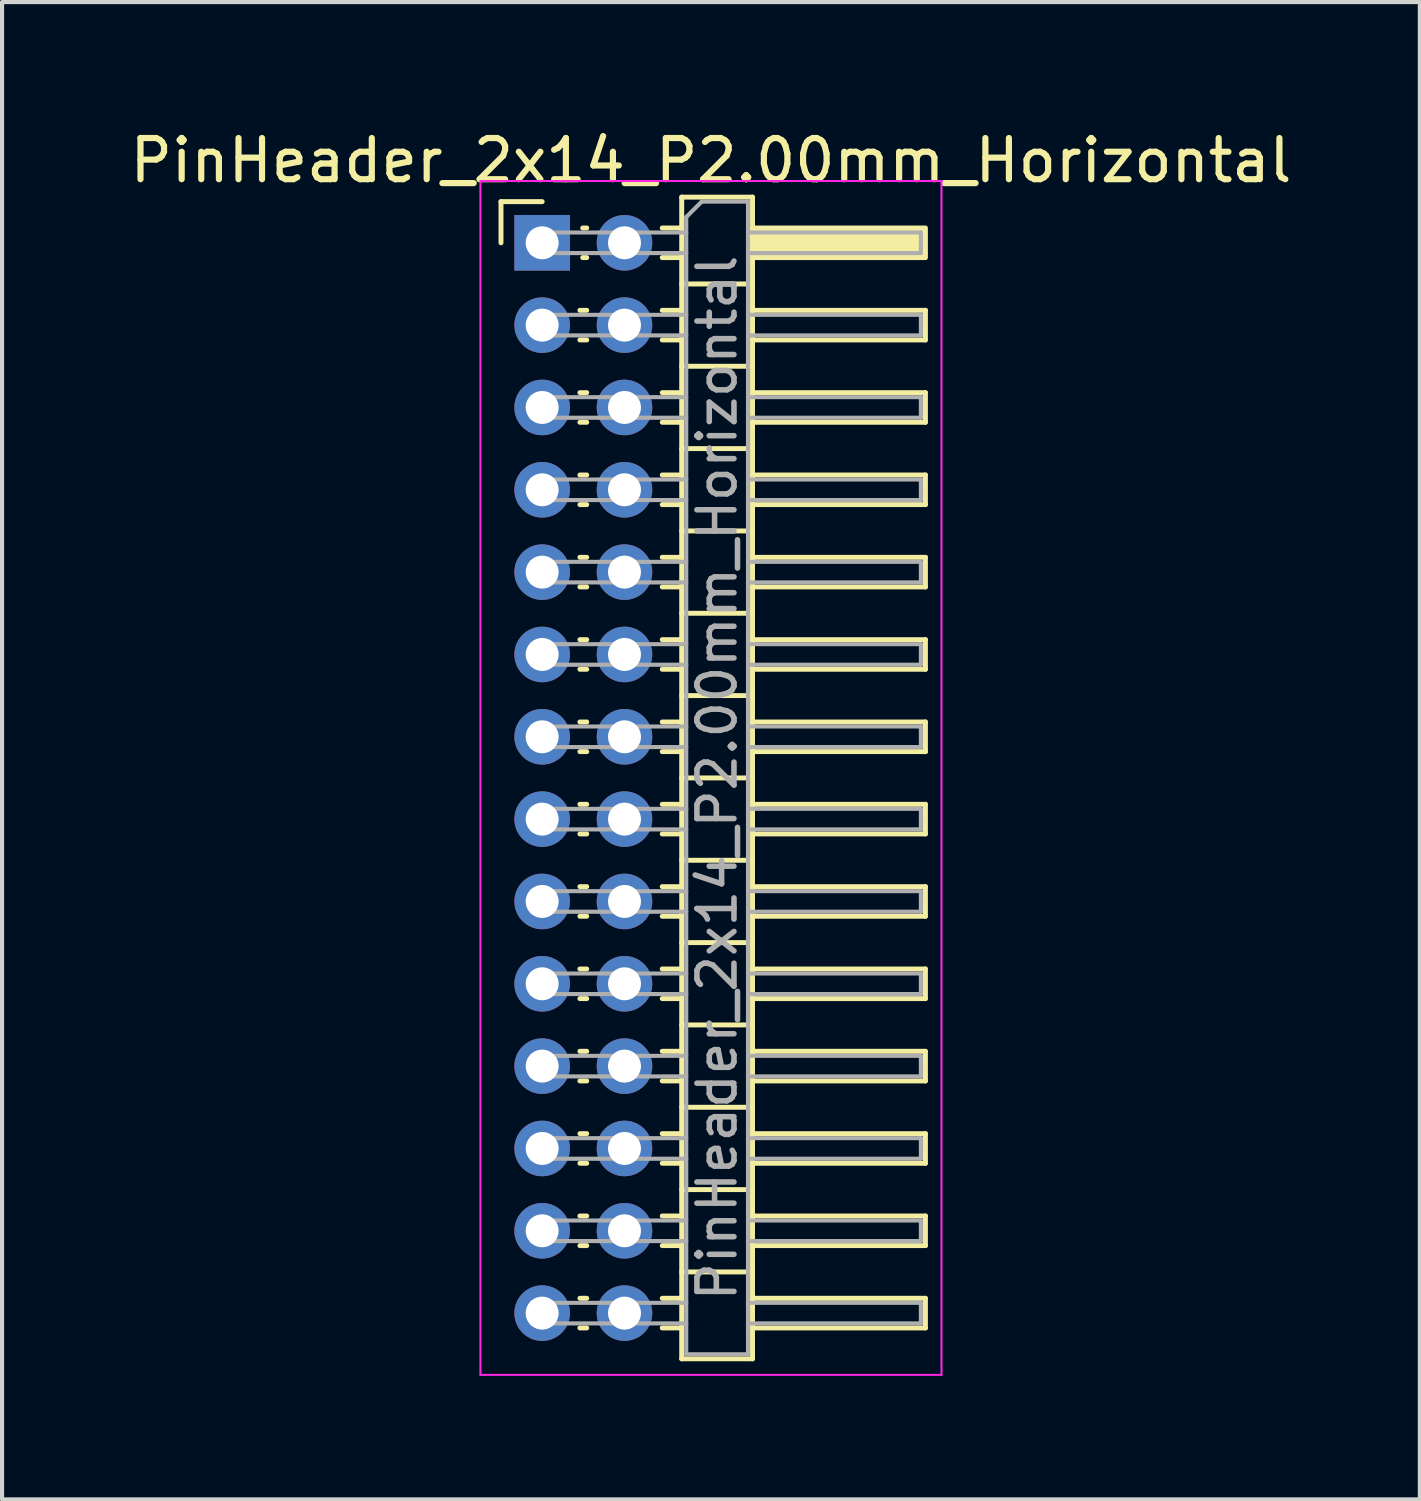
<source format=kicad_pcb>
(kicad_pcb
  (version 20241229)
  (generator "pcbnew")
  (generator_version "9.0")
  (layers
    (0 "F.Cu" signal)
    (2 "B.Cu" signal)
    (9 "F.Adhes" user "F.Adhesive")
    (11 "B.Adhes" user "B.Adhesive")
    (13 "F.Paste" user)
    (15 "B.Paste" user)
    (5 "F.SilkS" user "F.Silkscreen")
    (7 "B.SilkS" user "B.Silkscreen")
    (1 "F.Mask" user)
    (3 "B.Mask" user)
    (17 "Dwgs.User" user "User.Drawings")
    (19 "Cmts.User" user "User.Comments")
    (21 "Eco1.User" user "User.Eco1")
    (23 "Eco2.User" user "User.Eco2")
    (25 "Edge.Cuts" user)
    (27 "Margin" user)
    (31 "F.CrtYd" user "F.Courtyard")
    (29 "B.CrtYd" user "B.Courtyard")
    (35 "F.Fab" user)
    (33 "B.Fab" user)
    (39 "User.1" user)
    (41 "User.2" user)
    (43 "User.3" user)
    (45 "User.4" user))
  (footprint "PinHeader_2x14_P2.00mm_Horizontal"
    (layer "F.Cu")
    (at 10.12 2.848)
    (property "Reference" "PinHeader_2x14_P2.00mm_Horizontal" (at 4.1 -2 0) (layer "F.SilkS") (effects (font (size 1 1) (thickness 0.15))))
    (attr through_hole)
    (fp_line (start -1 -1) (end 0 -1) (stroke (width 0.12) (type solid)) (layer "F.SilkS"))
    (fp_line (start -1 0) (end -1 -1) (stroke (width 0.12) (type solid)) (layer "F.SilkS"))
    (fp_line (start 0.917 1.64) (end 1.083 1.64) (stroke (width 0.12) (type solid)) (layer "F.SilkS"))
    (fp_line (start 0.917 2.36) (end 1.083 2.36) (stroke (width 0.12) (type solid)) (layer "F.SilkS"))
    (fp_line (start 0.917 3.64) (end 1.083 3.64) (stroke (width 0.12) (type solid)) (layer "F.SilkS"))
    (fp_line (start 0.917 4.36) (end 1.083 4.36) (stroke (width 0.12) (type solid)) (layer "F.SilkS"))
    (fp_line (start 0.917 5.64) (end 1.083 5.64) (stroke (width 0.12) (type solid)) (layer "F.SilkS"))
    (fp_line (start 0.917 6.36) (end 1.083 6.36) (stroke (width 0.12) (type solid)) (layer "F.SilkS"))
    (fp_line (start 0.917 7.64) (end 1.083 7.64) (stroke (width 0.12) (type solid)) (layer "F.SilkS"))
    (fp_line (start 0.917 8.36) (end 1.083 8.36) (stroke (width 0.12) (type solid)) (layer "F.SilkS"))
    (fp_line (start 0.917 9.64) (end 1.083 9.64) (stroke (width 0.12) (type solid)) (layer "F.SilkS"))
    (fp_line (start 0.917 10.36) (end 1.083 10.36) (stroke (width 0.12) (type solid)) (layer "F.SilkS"))
    (fp_line (start 0.917 11.64) (end 1.083 11.64) (stroke (width 0.12) (type solid)) (layer "F.SilkS"))
    (fp_line (start 0.917 12.36) (end 1.083 12.36) (stroke (width 0.12) (type solid)) (layer "F.SilkS"))
    (fp_line (start 0.917 13.64) (end 1.083 13.64) (stroke (width 0.12) (type solid)) (layer "F.SilkS"))
    (fp_line (start 0.917 14.36) (end 1.083 14.36) (stroke (width 0.12) (type solid)) (layer "F.SilkS"))
    (fp_line (start 0.917 15.64) (end 1.083 15.64) (stroke (width 0.12) (type solid)) (layer "F.SilkS"))
    (fp_line (start 0.917 16.36) (end 1.083 16.36) (stroke (width 0.12) (type solid)) (layer "F.SilkS"))
    (fp_line (start 0.917 17.64) (end 1.083 17.64) (stroke (width 0.12) (type solid)) (layer "F.SilkS"))
    (fp_line (start 0.917 18.36) (end 1.083 18.36) (stroke (width 0.12) (type solid)) (layer "F.SilkS"))
    (fp_line (start 0.917 19.64) (end 1.083 19.64) (stroke (width 0.12) (type solid)) (layer "F.SilkS"))
    (fp_line (start 0.917 20.36) (end 1.083 20.36) (stroke (width 0.12) (type solid)) (layer "F.SilkS"))
    (fp_line (start 0.917 21.64) (end 1.083 21.64) (stroke (width 0.12) (type solid)) (layer "F.SilkS"))
    (fp_line (start 0.917 22.36) (end 1.083 22.36) (stroke (width 0.12) (type solid)) (layer "F.SilkS"))
    (fp_line (start 0.917 23.64) (end 1.083 23.64) (stroke (width 0.12) (type solid)) (layer "F.SilkS"))
    (fp_line (start 0.917 24.36) (end 1.083 24.36) (stroke (width 0.12) (type solid)) (layer "F.SilkS"))
    (fp_line (start 0.917 25.64) (end 1.083 25.64) (stroke (width 0.12) (type solid)) (layer "F.SilkS"))
    (fp_line (start 0.917 26.36) (end 1.083 26.36) (stroke (width 0.12) (type solid)) (layer "F.SilkS"))
    (fp_line (start 0.985 -0.36) (end 1.083 -0.36) (stroke (width 0.12) (type solid)) (layer "F.SilkS"))
    (fp_line (start 0.985 0.36) (end 1.083 0.36) (stroke (width 0.12) (type solid)) (layer "F.SilkS"))
    (fp_line (start 2.917 -0.36) (end 3.39 -0.36) (stroke (width 0.12) (type solid)) (layer "F.SilkS"))
    (fp_line (start 2.917 0.36) (end 3.39 0.36) (stroke (width 0.12) (type solid)) (layer "F.SilkS"))
    (fp_line (start 2.917 1.64) (end 3.39 1.64) (stroke (width 0.12) (type solid)) (layer "F.SilkS"))
    (fp_line (start 2.917 2.36) (end 3.39 2.36) (stroke (width 0.12) (type solid)) (layer "F.SilkS"))
    (fp_line (start 2.917 3.64) (end 3.39 3.64) (stroke (width 0.12) (type solid)) (layer "F.SilkS"))
    (fp_line (start 2.917 4.36) (end 3.39 4.36) (stroke (width 0.12) (type solid)) (layer "F.SilkS"))
    (fp_line (start 2.917 5.64) (end 3.39 5.64) (stroke (width 0.12) (type solid)) (layer "F.SilkS"))
    (fp_line (start 2.917 6.36) (end 3.39 6.36) (stroke (width 0.12) (type solid)) (layer "F.SilkS"))
    (fp_line (start 2.917 7.64) (end 3.39 7.64) (stroke (width 0.12) (type solid)) (layer "F.SilkS"))
    (fp_line (start 2.917 8.36) (end 3.39 8.36) (stroke (width 0.12) (type solid)) (layer "F.SilkS"))
    (fp_line (start 2.917 9.64) (end 3.39 9.64) (stroke (width 0.12) (type solid)) (layer "F.SilkS"))
    (fp_line (start 2.917 10.36) (end 3.39 10.36) (stroke (width 0.12) (type solid)) (layer "F.SilkS"))
    (fp_line (start 2.917 11.64) (end 3.39 11.64) (stroke (width 0.12) (type solid)) (layer "F.SilkS"))
    (fp_line (start 2.917 12.36) (end 3.39 12.36) (stroke (width 0.12) (type solid)) (layer "F.SilkS"))
    (fp_line (start 2.917 13.64) (end 3.39 13.64) (stroke (width 0.12) (type solid)) (layer "F.SilkS"))
    (fp_line (start 2.917 14.36) (end 3.39 14.36) (stroke (width 0.12) (type solid)) (layer "F.SilkS"))
    (fp_line (start 2.917 15.64) (end 3.39 15.64) (stroke (width 0.12) (type solid)) (layer "F.SilkS"))
    (fp_line (start 2.917 16.36) (end 3.39 16.36) (stroke (width 0.12) (type solid)) (layer "F.SilkS"))
    (fp_line (start 2.917 17.64) (end 3.39 17.64) (stroke (width 0.12) (type solid)) (layer "F.SilkS"))
    (fp_line (start 2.917 18.36) (end 3.39 18.36) (stroke (width 0.12) (type solid)) (layer "F.SilkS"))
    (fp_line (start 2.917 19.64) (end 3.39 19.64) (stroke (width 0.12) (type solid)) (layer "F.SilkS"))
    (fp_line (start 2.917 20.36) (end 3.39 20.36) (stroke (width 0.12) (type solid)) (layer "F.SilkS"))
    (fp_line (start 2.917 21.64) (end 3.39 21.64) (stroke (width 0.12) (type solid)) (layer "F.SilkS"))
    (fp_line (start 2.917 22.36) (end 3.39 22.36) (stroke (width 0.12) (type solid)) (layer "F.SilkS"))
    (fp_line (start 2.917 23.64) (end 3.39 23.64) (stroke (width 0.12) (type solid)) (layer "F.SilkS"))
    (fp_line (start 2.917 24.36) (end 3.39 24.36) (stroke (width 0.12) (type solid)) (layer "F.SilkS"))
    (fp_line (start 2.917 25.64) (end 3.39 25.64) (stroke (width 0.12) (type solid)) (layer "F.SilkS"))
    (fp_line (start 2.917 26.36) (end 3.39 26.36) (stroke (width 0.12) (type solid)) (layer "F.SilkS"))
    (fp_line (start 3.39 -1.11) (end 3.39 27.11) (stroke (width 0.12) (type solid)) (layer "F.SilkS"))
    (fp_line (start 3.39 1) (end 5.11 1) (stroke (width 0.12) (type solid)) (layer "F.SilkS"))
    (fp_line (start 3.39 3) (end 5.11 3) (stroke (width 0.12) (type solid)) (layer "F.SilkS"))
    (fp_line (start 3.39 5) (end 5.11 5) (stroke (width 0.12) (type solid)) (layer "F.SilkS"))
    (fp_line (start 3.39 7) (end 5.11 7) (stroke (width 0.12) (type solid)) (layer "F.SilkS"))
    (fp_line (start 3.39 9) (end 5.11 9) (stroke (width 0.12) (type solid)) (layer "F.SilkS"))
    (fp_line (start 3.39 11) (end 5.11 11) (stroke (width 0.12) (type solid)) (layer "F.SilkS"))
    (fp_line (start 3.39 13) (end 5.11 13) (stroke (width 0.12) (type solid)) (layer "F.SilkS"))
    (fp_line (start 3.39 15) (end 5.11 15) (stroke (width 0.12) (type solid)) (layer "F.SilkS"))
    (fp_line (start 3.39 17) (end 5.11 17) (stroke (width 0.12) (type solid)) (layer "F.SilkS"))
    (fp_line (start 3.39 19) (end 5.11 19) (stroke (width 0.12) (type solid)) (layer "F.SilkS"))
    (fp_line (start 3.39 21) (end 5.11 21) (stroke (width 0.12) (type solid)) (layer "F.SilkS"))
    (fp_line (start 3.39 23) (end 5.11 23) (stroke (width 0.12) (type solid)) (layer "F.SilkS"))
    (fp_line (start 3.39 25) (end 5.11 25) (stroke (width 0.12) (type solid)) (layer "F.SilkS"))
    (fp_line (start 3.39 27.11) (end 5.11 27.11) (stroke (width 0.12) (type solid)) (layer "F.SilkS"))
    (fp_line (start 5.11 -1.11) (end 3.39 -1.11) (stroke (width 0.12) (type solid)) (layer "F.SilkS"))
    (fp_line (start 5.11 1.64) (end 9.31 1.64) (stroke (width 0.12) (type solid)) (layer "F.SilkS"))
    (fp_line (start 5.11 3.64) (end 9.31 3.64) (stroke (width 0.12) (type solid)) (layer "F.SilkS"))
    (fp_line (start 5.11 5.64) (end 9.31 5.64) (stroke (width 0.12) (type solid)) (layer "F.SilkS"))
    (fp_line (start 5.11 7.64) (end 9.31 7.64) (stroke (width 0.12) (type solid)) (layer "F.SilkS"))
    (fp_line (start 5.11 9.64) (end 9.31 9.64) (stroke (width 0.12) (type solid)) (layer "F.SilkS"))
    (fp_line (start 5.11 11.64) (end 9.31 11.64) (stroke (width 0.12) (type solid)) (layer "F.SilkS"))
    (fp_line (start 5.11 13.64) (end 9.31 13.64) (stroke (width 0.12) (type solid)) (layer "F.SilkS"))
    (fp_line (start 5.11 15.64) (end 9.31 15.64) (stroke (width 0.12) (type solid)) (layer "F.SilkS"))
    (fp_line (start 5.11 17.64) (end 9.31 17.64) (stroke (width 0.12) (type solid)) (layer "F.SilkS"))
    (fp_line (start 5.11 19.64) (end 9.31 19.64) (stroke (width 0.12) (type solid)) (layer "F.SilkS"))
    (fp_line (start 5.11 21.64) (end 9.31 21.64) (stroke (width 0.12) (type solid)) (layer "F.SilkS"))
    (fp_line (start 5.11 23.64) (end 9.31 23.64) (stroke (width 0.12) (type solid)) (layer "F.SilkS"))
    (fp_line (start 5.11 25.64) (end 9.31 25.64) (stroke (width 0.12) (type solid)) (layer "F.SilkS"))
    (fp_line (start 5.11 27.11) (end 5.11 -1.11) (stroke (width 0.12) (type solid)) (layer "F.SilkS"))
    (fp_line (start 9.31 1.64) (end 9.31 2.36) (stroke (width 0.12) (type solid)) (layer "F.SilkS"))
    (fp_line (start 9.31 2.36) (end 5.11 2.36) (stroke (width 0.12) (type solid)) (layer "F.SilkS"))
    (fp_line (start 9.31 3.64) (end 9.31 4.36) (stroke (width 0.12) (type solid)) (layer "F.SilkS"))
    (fp_line (start 9.31 4.36) (end 5.11 4.36) (stroke (width 0.12) (type solid)) (layer "F.SilkS"))
    (fp_line (start 9.31 5.64) (end 9.31 6.36) (stroke (width 0.12) (type solid)) (layer "F.SilkS"))
    (fp_line (start 9.31 6.36) (end 5.11 6.36) (stroke (width 0.12) (type solid)) (layer "F.SilkS"))
    (fp_line (start 9.31 7.64) (end 9.31 8.36) (stroke (width 0.12) (type solid)) (layer "F.SilkS"))
    (fp_line (start 9.31 8.36) (end 5.11 8.36) (stroke (width 0.12) (type solid)) (layer "F.SilkS"))
    (fp_line (start 9.31 9.64) (end 9.31 10.36) (stroke (width 0.12) (type solid)) (layer "F.SilkS"))
    (fp_line (start 9.31 10.36) (end 5.11 10.36) (stroke (width 0.12) (type solid)) (layer "F.SilkS"))
    (fp_line (start 9.31 11.64) (end 9.31 12.36) (stroke (width 0.12) (type solid)) (layer "F.SilkS"))
    (fp_line (start 9.31 12.36) (end 5.11 12.36) (stroke (width 0.12) (type solid)) (layer "F.SilkS"))
    (fp_line (start 9.31 13.64) (end 9.31 14.36) (stroke (width 0.12) (type solid)) (layer "F.SilkS"))
    (fp_line (start 9.31 14.36) (end 5.11 14.36) (stroke (width 0.12) (type solid)) (layer "F.SilkS"))
    (fp_line (start 9.31 15.64) (end 9.31 16.36) (stroke (width 0.12) (type solid)) (layer "F.SilkS"))
    (fp_line (start 9.31 16.36) (end 5.11 16.36) (stroke (width 0.12) (type solid)) (layer "F.SilkS"))
    (fp_line (start 9.31 17.64) (end 9.31 18.36) (stroke (width 0.12) (type solid)) (layer "F.SilkS"))
    (fp_line (start 9.31 18.36) (end 5.11 18.36) (stroke (width 0.12) (type solid)) (layer "F.SilkS"))
    (fp_line (start 9.31 19.64) (end 9.31 20.36) (stroke (width 0.12) (type solid)) (layer "F.SilkS"))
    (fp_line (start 9.31 20.36) (end 5.11 20.36) (stroke (width 0.12) (type solid)) (layer "F.SilkS"))
    (fp_line (start 9.31 21.64) (end 9.31 22.36) (stroke (width 0.12) (type solid)) (layer "F.SilkS"))
    (fp_line (start 9.31 22.36) (end 5.11 22.36) (stroke (width 0.12) (type solid)) (layer "F.SilkS"))
    (fp_line (start 9.31 23.64) (end 9.31 24.36) (stroke (width 0.12) (type solid)) (layer "F.SilkS"))
    (fp_line (start 9.31 24.36) (end 5.11 24.36) (stroke (width 0.12) (type solid)) (layer "F.SilkS"))
    (fp_line (start 9.31 25.64) (end 9.31 26.36) (stroke (width 0.12) (type solid)) (layer "F.SilkS"))
    (fp_line (start 9.31 26.36) (end 5.11 26.36) (stroke (width 0.12) (type solid)) (layer "F.SilkS"))
    (fp_rect (start 5.11 -0.36) (end 9.31 0.36) (stroke (width 0.12) (type solid)) (fill yes) (layer "F.SilkS"))
    (fp_line (start -1.5 -1.5) (end -1.5 27.5) (stroke (width 0.05) (type solid)) (layer "F.CrtYd"))
    (fp_line (start -1.5 27.5) (end 9.7 27.5) (stroke (width 0.05) (type solid)) (layer "F.CrtYd"))
    (fp_line (start 9.7 -1.5) (end -1.5 -1.5) (stroke (width 0.05) (type solid)) (layer "F.CrtYd"))
    (fp_line (start 9.7 27.5) (end 9.7 -1.5) (stroke (width 0.05) (type solid)) (layer "F.CrtYd"))
    (fp_line (start -0.25 -0.25) (end -0.25 0.25) (stroke (width 0.1) (type solid)) (layer "F.Fab"))
    (fp_line (start -0.25 -0.25) (end 3.5 -0.25) (stroke (width 0.1) (type solid)) (layer "F.Fab"))
    (fp_line (start -0.25 0.25) (end 3.5 0.25) (stroke (width 0.1) (type solid)) (layer "F.Fab"))
    (fp_line (start -0.25 1.75) (end -0.25 2.25) (stroke (width 0.1) (type solid)) (layer "F.Fab"))
    (fp_line (start -0.25 1.75) (end 3.5 1.75) (stroke (width 0.1) (type solid)) (layer "F.Fab"))
    (fp_line (start -0.25 2.25) (end 3.5 2.25) (stroke (width 0.1) (type solid)) (layer "F.Fab"))
    (fp_line (start -0.25 3.75) (end -0.25 4.25) (stroke (width 0.1) (type solid)) (layer "F.Fab"))
    (fp_line (start -0.25 3.75) (end 3.5 3.75) (stroke (width 0.1) (type solid)) (layer "F.Fab"))
    (fp_line (start -0.25 4.25) (end 3.5 4.25) (stroke (width 0.1) (type solid)) (layer "F.Fab"))
    (fp_line (start -0.25 5.75) (end -0.25 6.25) (stroke (width 0.1) (type solid)) (layer "F.Fab"))
    (fp_line (start -0.25 5.75) (end 3.5 5.75) (stroke (width 0.1) (type solid)) (layer "F.Fab"))
    (fp_line (start -0.25 6.25) (end 3.5 6.25) (stroke (width 0.1) (type solid)) (layer "F.Fab"))
    (fp_line (start -0.25 7.75) (end -0.25 8.25) (stroke (width 0.1) (type solid)) (layer "F.Fab"))
    (fp_line (start -0.25 7.75) (end 3.5 7.75) (stroke (width 0.1) (type solid)) (layer "F.Fab"))
    (fp_line (start -0.25 8.25) (end 3.5 8.25) (stroke (width 0.1) (type solid)) (layer "F.Fab"))
    (fp_line (start -0.25 9.75) (end -0.25 10.25) (stroke (width 0.1) (type solid)) (layer "F.Fab"))
    (fp_line (start -0.25 9.75) (end 3.5 9.75) (stroke (width 0.1) (type solid)) (layer "F.Fab"))
    (fp_line (start -0.25 10.25) (end 3.5 10.25) (stroke (width 0.1) (type solid)) (layer "F.Fab"))
    (fp_line (start -0.25 11.75) (end -0.25 12.25) (stroke (width 0.1) (type solid)) (layer "F.Fab"))
    (fp_line (start -0.25 11.75) (end 3.5 11.75) (stroke (width 0.1) (type solid)) (layer "F.Fab"))
    (fp_line (start -0.25 12.25) (end 3.5 12.25) (stroke (width 0.1) (type solid)) (layer "F.Fab"))
    (fp_line (start -0.25 13.75) (end -0.25 14.25) (stroke (width 0.1) (type solid)) (layer "F.Fab"))
    (fp_line (start -0.25 13.75) (end 3.5 13.75) (stroke (width 0.1) (type solid)) (layer "F.Fab"))
    (fp_line (start -0.25 14.25) (end 3.5 14.25) (stroke (width 0.1) (type solid)) (layer "F.Fab"))
    (fp_line (start -0.25 15.75) (end -0.25 16.25) (stroke (width 0.1) (type solid)) (layer "F.Fab"))
    (fp_line (start -0.25 15.75) (end 3.5 15.75) (stroke (width 0.1) (type solid)) (layer "F.Fab"))
    (fp_line (start -0.25 16.25) (end 3.5 16.25) (stroke (width 0.1) (type solid)) (layer "F.Fab"))
    (fp_line (start -0.25 17.75) (end -0.25 18.25) (stroke (width 0.1) (type solid)) (layer "F.Fab"))
    (fp_line (start -0.25 17.75) (end 3.5 17.75) (stroke (width 0.1) (type solid)) (layer "F.Fab"))
    (fp_line (start -0.25 18.25) (end 3.5 18.25) (stroke (width 0.1) (type solid)) (layer "F.Fab"))
    (fp_line (start -0.25 19.75) (end -0.25 20.25) (stroke (width 0.1) (type solid)) (layer "F.Fab"))
    (fp_line (start -0.25 19.75) (end 3.5 19.75) (stroke (width 0.1) (type solid)) (layer "F.Fab"))
    (fp_line (start -0.25 20.25) (end 3.5 20.25) (stroke (width 0.1) (type solid)) (layer "F.Fab"))
    (fp_line (start -0.25 21.75) (end -0.25 22.25) (stroke (width 0.1) (type solid)) (layer "F.Fab"))
    (fp_line (start -0.25 21.75) (end 3.5 21.75) (stroke (width 0.1) (type solid)) (layer "F.Fab"))
    (fp_line (start -0.25 22.25) (end 3.5 22.25) (stroke (width 0.1) (type solid)) (layer "F.Fab"))
    (fp_line (start -0.25 23.75) (end -0.25 24.25) (stroke (width 0.1) (type solid)) (layer "F.Fab"))
    (fp_line (start -0.25 23.75) (end 3.5 23.75) (stroke (width 0.1) (type solid)) (layer "F.Fab"))
    (fp_line (start -0.25 24.25) (end 3.5 24.25) (stroke (width 0.1) (type solid)) (layer "F.Fab"))
    (fp_line (start -0.25 25.75) (end -0.25 26.25) (stroke (width 0.1) (type solid)) (layer "F.Fab"))
    (fp_line (start -0.25 25.75) (end 3.5 25.75) (stroke (width 0.1) (type solid)) (layer "F.Fab"))
    (fp_line (start -0.25 26.25) (end 3.5 26.25) (stroke (width 0.1) (type solid)) (layer "F.Fab"))
    (fp_line (start 3.5 -0.625) (end 3.875 -1) (stroke (width 0.1) (type solid)) (layer "F.Fab"))
    (fp_line (start 3.5 27) (end 3.5 -0.625) (stroke (width 0.1) (type solid)) (layer "F.Fab"))
    (fp_line (start 3.875 -1) (end 5 -1) (stroke (width 0.1) (type solid)) (layer "F.Fab"))
    (fp_line (start 5 -1) (end 5 27) (stroke (width 0.1) (type solid)) (layer "F.Fab"))
    (fp_line (start 5 -0.25) (end 9.2 -0.25) (stroke (width 0.1) (type solid)) (layer "F.Fab"))
    (fp_line (start 5 0.25) (end 9.2 0.25) (stroke (width 0.1) (type solid)) (layer "F.Fab"))
    (fp_line (start 5 1.75) (end 9.2 1.75) (stroke (width 0.1) (type solid)) (layer "F.Fab"))
    (fp_line (start 5 2.25) (end 9.2 2.25) (stroke (width 0.1) (type solid)) (layer "F.Fab"))
    (fp_line (start 5 3.75) (end 9.2 3.75) (stroke (width 0.1) (type solid)) (layer "F.Fab"))
    (fp_line (start 5 4.25) (end 9.2 4.25) (stroke (width 0.1) (type solid)) (layer "F.Fab"))
    (fp_line (start 5 5.75) (end 9.2 5.75) (stroke (width 0.1) (type solid)) (layer "F.Fab"))
    (fp_line (start 5 6.25) (end 9.2 6.25) (stroke (width 0.1) (type solid)) (layer "F.Fab"))
    (fp_line (start 5 7.75) (end 9.2 7.75) (stroke (width 0.1) (type solid)) (layer "F.Fab"))
    (fp_line (start 5 8.25) (end 9.2 8.25) (stroke (width 0.1) (type solid)) (layer "F.Fab"))
    (fp_line (start 5 9.75) (end 9.2 9.75) (stroke (width 0.1) (type solid)) (layer "F.Fab"))
    (fp_line (start 5 10.25) (end 9.2 10.25) (stroke (width 0.1) (type solid)) (layer "F.Fab"))
    (fp_line (start 5 11.75) (end 9.2 11.75) (stroke (width 0.1) (type solid)) (layer "F.Fab"))
    (fp_line (start 5 12.25) (end 9.2 12.25) (stroke (width 0.1) (type solid)) (layer "F.Fab"))
    (fp_line (start 5 13.75) (end 9.2 13.75) (stroke (width 0.1) (type solid)) (layer "F.Fab"))
    (fp_line (start 5 14.25) (end 9.2 14.25) (stroke (width 0.1) (type solid)) (layer "F.Fab"))
    (fp_line (start 5 15.75) (end 9.2 15.75) (stroke (width 0.1) (type solid)) (layer "F.Fab"))
    (fp_line (start 5 16.25) (end 9.2 16.25) (stroke (width 0.1) (type solid)) (layer "F.Fab"))
    (fp_line (start 5 17.75) (end 9.2 17.75) (stroke (width 0.1) (type solid)) (layer "F.Fab"))
    (fp_line (start 5 18.25) (end 9.2 18.25) (stroke (width 0.1) (type solid)) (layer "F.Fab"))
    (fp_line (start 5 19.75) (end 9.2 19.75) (stroke (width 0.1) (type solid)) (layer "F.Fab"))
    (fp_line (start 5 20.25) (end 9.2 20.25) (stroke (width 0.1) (type solid)) (layer "F.Fab"))
    (fp_line (start 5 21.75) (end 9.2 21.75) (stroke (width 0.1) (type solid)) (layer "F.Fab"))
    (fp_line (start 5 22.25) (end 9.2 22.25) (stroke (width 0.1) (type solid)) (layer "F.Fab"))
    (fp_line (start 5 23.75) (end 9.2 23.75) (stroke (width 0.1) (type solid)) (layer "F.Fab"))
    (fp_line (start 5 24.25) (end 9.2 24.25) (stroke (width 0.1) (type solid)) (layer "F.Fab"))
    (fp_line (start 5 25.75) (end 9.2 25.75) (stroke (width 0.1) (type solid)) (layer "F.Fab"))
    (fp_line (start 5 26.25) (end 9.2 26.25) (stroke (width 0.1) (type solid)) (layer "F.Fab"))
    (fp_line (start 5 27) (end 3.5 27) (stroke (width 0.1) (type solid)) (layer "F.Fab"))
    (fp_line (start 9.2 -0.25) (end 9.2 0.25) (stroke (width 0.1) (type solid)) (layer "F.Fab"))
    (fp_line (start 9.2 1.75) (end 9.2 2.25) (stroke (width 0.1) (type solid)) (layer "F.Fab"))
    (fp_line (start 9.2 3.75) (end 9.2 4.25) (stroke (width 0.1) (type solid)) (layer "F.Fab"))
    (fp_line (start 9.2 5.75) (end 9.2 6.25) (stroke (width 0.1) (type solid)) (layer "F.Fab"))
    (fp_line (start 9.2 7.75) (end 9.2 8.25) (stroke (width 0.1) (type solid)) (layer "F.Fab"))
    (fp_line (start 9.2 9.75) (end 9.2 10.25) (stroke (width 0.1) (type solid)) (layer "F.Fab"))
    (fp_line (start 9.2 11.75) (end 9.2 12.25) (stroke (width 0.1) (type solid)) (layer "F.Fab"))
    (fp_line (start 9.2 13.75) (end 9.2 14.25) (stroke (width 0.1) (type solid)) (layer "F.Fab"))
    (fp_line (start 9.2 15.75) (end 9.2 16.25) (stroke (width 0.1) (type solid)) (layer "F.Fab"))
    (fp_line (start 9.2 17.75) (end 9.2 18.25) (stroke (width 0.1) (type solid)) (layer "F.Fab"))
    (fp_line (start 9.2 19.75) (end 9.2 20.25) (stroke (width 0.1) (type solid)) (layer "F.Fab"))
    (fp_line (start 9.2 21.75) (end 9.2 22.25) (stroke (width 0.1) (type solid)) (layer "F.Fab"))
    (fp_line (start 9.2 23.75) (end 9.2 24.25) (stroke (width 0.1) (type solid)) (layer "F.Fab"))
    (fp_line (start 9.2 25.75) (end 9.2 26.25) (stroke (width 0.1) (type solid)) (layer "F.Fab"))
    (fp_text user "${REFERENCE}" (at 4.25 13 90) (layer "F.Fab") (effects (font (size 0.9 0.9) (thickness 0.135))))
    (pad "1" thru_hole rect (at 0 0) (size 1.35 1.35) (drill 0.8) (layers "*.Cu" "*.Mask"))
    (pad "2" thru_hole circle (at 2 0) (size 1.35 1.35) (drill 0.8) (layers "*.Cu" "*.Mask"))
    (pad "3" thru_hole circle (at 0 2) (size 1.35 1.35) (drill 0.8) (layers "*.Cu" "*.Mask"))
    (pad "4" thru_hole circle (at 2 2) (size 1.35 1.35) (drill 0.8) (layers "*.Cu" "*.Mask"))
    (pad "5" thru_hole circle (at 0 4) (size 1.35 1.35) (drill 0.8) (layers "*.Cu" "*.Mask"))
    (pad "6" thru_hole circle (at 2 4) (size 1.35 1.35) (drill 0.8) (layers "*.Cu" "*.Mask"))
    (pad "7" thru_hole circle (at 0 6) (size 1.35 1.35) (drill 0.8) (layers "*.Cu" "*.Mask"))
    (pad "8" thru_hole circle (at 2 6) (size 1.35 1.35) (drill 0.8) (layers "*.Cu" "*.Mask"))
    (pad "9" thru_hole circle (at 0 8) (size 1.35 1.35) (drill 0.8) (layers "*.Cu" "*.Mask"))
    (pad "10" thru_hole circle (at 2 8) (size 1.35 1.35) (drill 0.8) (layers "*.Cu" "*.Mask"))
    (pad "11" thru_hole circle (at 0 10) (size 1.35 1.35) (drill 0.8) (layers "*.Cu" "*.Mask"))
    (pad "12" thru_hole circle (at 2 10) (size 1.35 1.35) (drill 0.8) (layers "*.Cu" "*.Mask"))
    (pad "13" thru_hole circle (at 0 12) (size 1.35 1.35) (drill 0.8) (layers "*.Cu" "*.Mask"))
    (pad "14" thru_hole circle (at 2 12) (size 1.35 1.35) (drill 0.8) (layers "*.Cu" "*.Mask"))
    (pad "15" thru_hole circle (at 0 14) (size 1.35 1.35) (drill 0.8) (layers "*.Cu" "*.Mask"))
    (pad "16" thru_hole circle (at 2 14) (size 1.35 1.35) (drill 0.8) (layers "*.Cu" "*.Mask"))
    (pad "17" thru_hole circle (at 0 16) (size 1.35 1.35) (drill 0.8) (layers "*.Cu" "*.Mask"))
    (pad "18" thru_hole circle (at 2 16) (size 1.35 1.35) (drill 0.8) (layers "*.Cu" "*.Mask"))
    (pad "19" thru_hole circle (at 0 18) (size 1.35 1.35) (drill 0.8) (layers "*.Cu" "*.Mask"))
    (pad "20" thru_hole circle (at 2 18) (size 1.35 1.35) (drill 0.8) (layers "*.Cu" "*.Mask"))
    (pad "21" thru_hole circle (at 0 20) (size 1.35 1.35) (drill 0.8) (layers "*.Cu" "*.Mask"))
    (pad "22" thru_hole circle (at 2 20) (size 1.35 1.35) (drill 0.8) (layers "*.Cu" "*.Mask"))
    (pad "23" thru_hole circle (at 0 22) (size 1.35 1.35) (drill 0.8) (layers "*.Cu" "*.Mask"))
    (pad "24" thru_hole circle (at 2 22) (size 1.35 1.35) (drill 0.8) (layers "*.Cu" "*.Mask"))
    (pad "25" thru_hole circle (at 0 24) (size 1.35 1.35) (drill 0.8) (layers "*.Cu" "*.Mask"))
    (pad "26" thru_hole circle (at 2 24) (size 1.35 1.35) (drill 0.8) (layers "*.Cu" "*.Mask"))
    (pad "27" thru_hole circle (at 0 26) (size 1.35 1.35) (drill 0.8) (layers "*.Cu" "*.Mask"))
    (pad "28" thru_hole circle (at 2 26) (size 1.35 1.35) (drill 0.8) (layers "*.Cu" "*.Mask")))
  (gr_rect
    (start -3 -3)
    (end 31.44 33.373)
    (stroke (width 0.1) (type default))
    (fill no)
    (layer "Edge.Cuts")))
</source>
